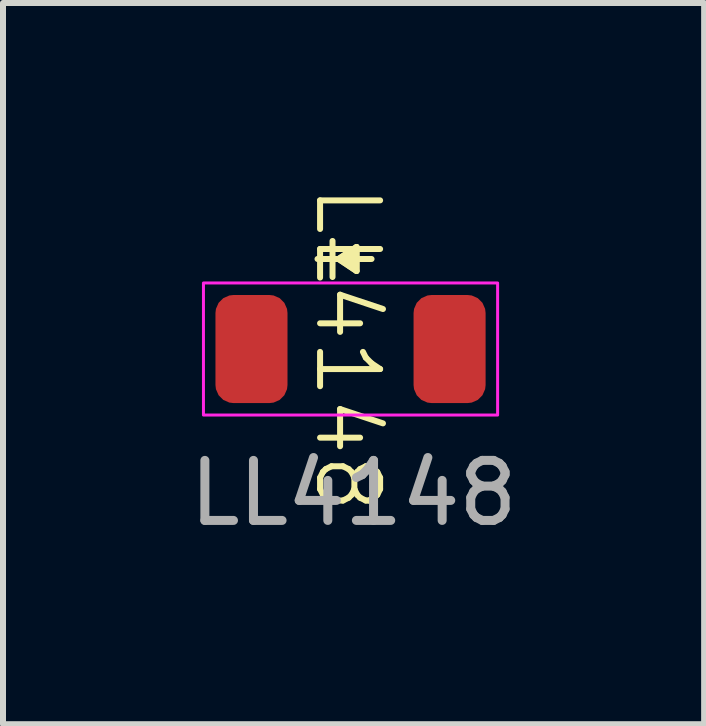
<source format=kicad_pcb>
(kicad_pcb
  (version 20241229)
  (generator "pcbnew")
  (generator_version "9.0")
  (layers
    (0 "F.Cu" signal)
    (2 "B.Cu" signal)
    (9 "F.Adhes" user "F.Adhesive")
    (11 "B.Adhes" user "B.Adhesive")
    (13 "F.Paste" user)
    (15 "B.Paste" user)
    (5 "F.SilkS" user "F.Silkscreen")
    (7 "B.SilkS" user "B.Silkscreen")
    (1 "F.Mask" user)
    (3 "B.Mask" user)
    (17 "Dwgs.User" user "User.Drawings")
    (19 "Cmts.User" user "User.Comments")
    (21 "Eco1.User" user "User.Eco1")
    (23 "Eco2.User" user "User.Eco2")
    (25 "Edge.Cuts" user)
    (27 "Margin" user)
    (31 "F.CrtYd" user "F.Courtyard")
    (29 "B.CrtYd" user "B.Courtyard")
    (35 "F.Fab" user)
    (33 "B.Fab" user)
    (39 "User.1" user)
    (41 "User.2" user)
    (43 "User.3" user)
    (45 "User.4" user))
  (footprint "LL4148"
    (layer "F.Cu")
    (at 2.839 2.664)
    (property "Reference" "LL4148" (at -0.1 0.1 270) (unlocked yes) (layer "F.SilkS") (effects (font (size 1 1) (thickness 0.1))))
    (attr smd)
    (fp_line (start -0.6 -1.4) (end 0.3 -1.4) (stroke (width 0.1) (type default)) (layer "F.SilkS"))
    (fp_line (start -0.35 -1.7) (end -0.35 -1.1) (stroke (width 0.1) (type default)) (layer "F.SilkS"))
    (fp_line (start -0.25 -1.4) (end 0.05 -1.2) (stroke (width 0.1) (type default)) (layer "F.SilkS"))
    (fp_line (start 0.05 -1.6) (end -0.25 -1.4) (stroke (width 0.1) (type default)) (layer "F.SilkS"))
    (fp_line (start 0.05 -1.2) (end 0.05 -1.6) (stroke (width 0.1) (type default)) (layer "F.SilkS"))
    (fp_poly (pts (xy 0.05 -1.6) (xy -0.25 -1.4) (xy 0.05 -1.2)) (stroke (width 0.1) (type solid)) (fill yes) (layer "F.SilkS"))
    (fp_rect (start -2.5 -1) (end 2.4 1.2) (stroke (width 0.05) (type default)) (fill no) (layer "F.CrtYd"))
    (fp_text user "${REFERENCE}" (at 0 2.5 0) (unlocked yes) (layer "F.Fab") (effects (font (size 1 1) (thickness 0.15))))
    (pad "1" smd roundrect (at -1.7 0.1) (size 1.2 1.8) (layers "F.Cu" "F.Mask" "F.Paste") (roundrect_rratio 0.25))
    (pad "2" smd roundrect (at 1.6 0.1) (size 1.2 1.8) (layers "F.Cu" "F.Mask" "F.Paste") (roundrect_rratio 0.25)))
  (gr_rect
    (start -3 -3)
    (end 8.679 9.013)
    (stroke (width 0.1) (type default))
    (fill no)
    (layer "Edge.Cuts")))
</source>
